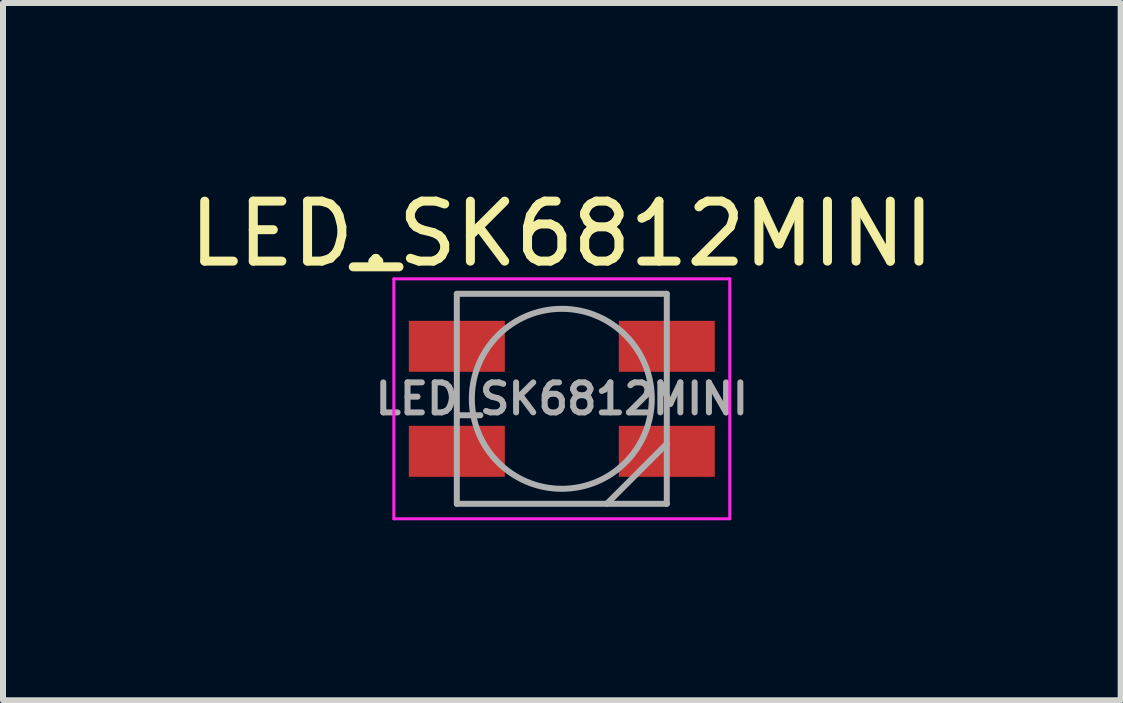
<source format=kicad_pcb>
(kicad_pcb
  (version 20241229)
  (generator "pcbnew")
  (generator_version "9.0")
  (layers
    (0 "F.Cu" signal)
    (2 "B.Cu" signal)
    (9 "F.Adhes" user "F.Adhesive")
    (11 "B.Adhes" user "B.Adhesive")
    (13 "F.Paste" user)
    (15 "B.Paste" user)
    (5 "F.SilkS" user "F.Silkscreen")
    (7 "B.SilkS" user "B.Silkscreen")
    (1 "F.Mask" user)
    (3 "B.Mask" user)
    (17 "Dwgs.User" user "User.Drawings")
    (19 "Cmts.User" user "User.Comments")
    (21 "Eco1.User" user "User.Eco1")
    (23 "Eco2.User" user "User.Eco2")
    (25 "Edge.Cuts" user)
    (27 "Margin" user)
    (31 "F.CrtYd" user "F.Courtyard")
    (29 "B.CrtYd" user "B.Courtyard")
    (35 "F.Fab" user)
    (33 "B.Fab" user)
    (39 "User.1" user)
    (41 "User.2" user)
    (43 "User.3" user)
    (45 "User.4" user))
  (footprint "LED_SK6812MINI"
    (layer "F.Cu")
    (at 6.315 3.598)
    (property "Reference" "LED_SK6812MINI" (at 0 -2.75 0) (layer "F.SilkS") (effects (font (size 1 1) (thickness 0.15))))
    (attr smd)
    (fp_line (start -2.8 -2) (end -2.8 2) (stroke (width 0.05) (type solid)) (layer "F.CrtYd"))
    (fp_line (start -2.8 2) (end 2.8 2) (stroke (width 0.05) (type solid)) (layer "F.CrtYd"))
    (fp_line (start 2.8 -2) (end -2.8 -2) (stroke (width 0.05) (type solid)) (layer "F.CrtYd"))
    (fp_line (start 2.8 2) (end 2.8 -2) (stroke (width 0.05) (type solid)) (layer "F.CrtYd"))
    (fp_line (start -1.75 -1.75) (end -1.75 1.75) (stroke (width 0.1) (type solid)) (layer "F.Fab"))
    (fp_line (start -1.75 1.75) (end 1.75 1.75) (stroke (width 0.1) (type solid)) (layer "F.Fab"))
    (fp_line (start 1.75 -1.75) (end -1.75 -1.75) (stroke (width 0.1) (type solid)) (layer "F.Fab"))
    (fp_line (start 1.75 0.75) (end 0.75 1.75) (stroke (width 0.1) (type solid)) (layer "F.Fab"))
    (fp_line (start 1.75 1.75) (end 1.75 -1.75) (stroke (width 0.1) (type solid)) (layer "F.Fab"))
    (fp_circle (center 0 0) (end 0 -1.5) (stroke (width 0.1) (type solid)) (fill no) (layer "F.Fab"))
    (fp_text user "." (at -3.1 -2.7 0) (layer "F.SilkS") (effects (font (size 1 1) (thickness 0.15))))
    (fp_text user "${REFERENCE}" (at 0 0 0) (layer "F.Fab") (effects (font (size 0.5 0.5) (thickness 0.1))))
    (pad "1" smd rect (at -1.75 -0.875) (size 1.6 0.85) (layers "F.Cu" "F.Mask" "F.Paste"))
    (pad "2" smd rect (at -1.75 0.875) (size 1.6 0.85) (layers "F.Cu" "F.Mask" "F.Paste"))
    (pad "3" smd rect (at 1.75 0.875) (size 1.6 0.85) (layers "F.Cu" "F.Mask" "F.Paste"))
    (pad "4" smd rect (at 1.75 -0.875) (size 1.6 0.85) (layers "F.Cu" "F.Mask" "F.Paste")))
  (gr_rect
    (start -3 -3)
    (end 15.631 8.623)
    (stroke (width 0.1) (type default))
    (fill no)
    (layer "Edge.Cuts")))
</source>
